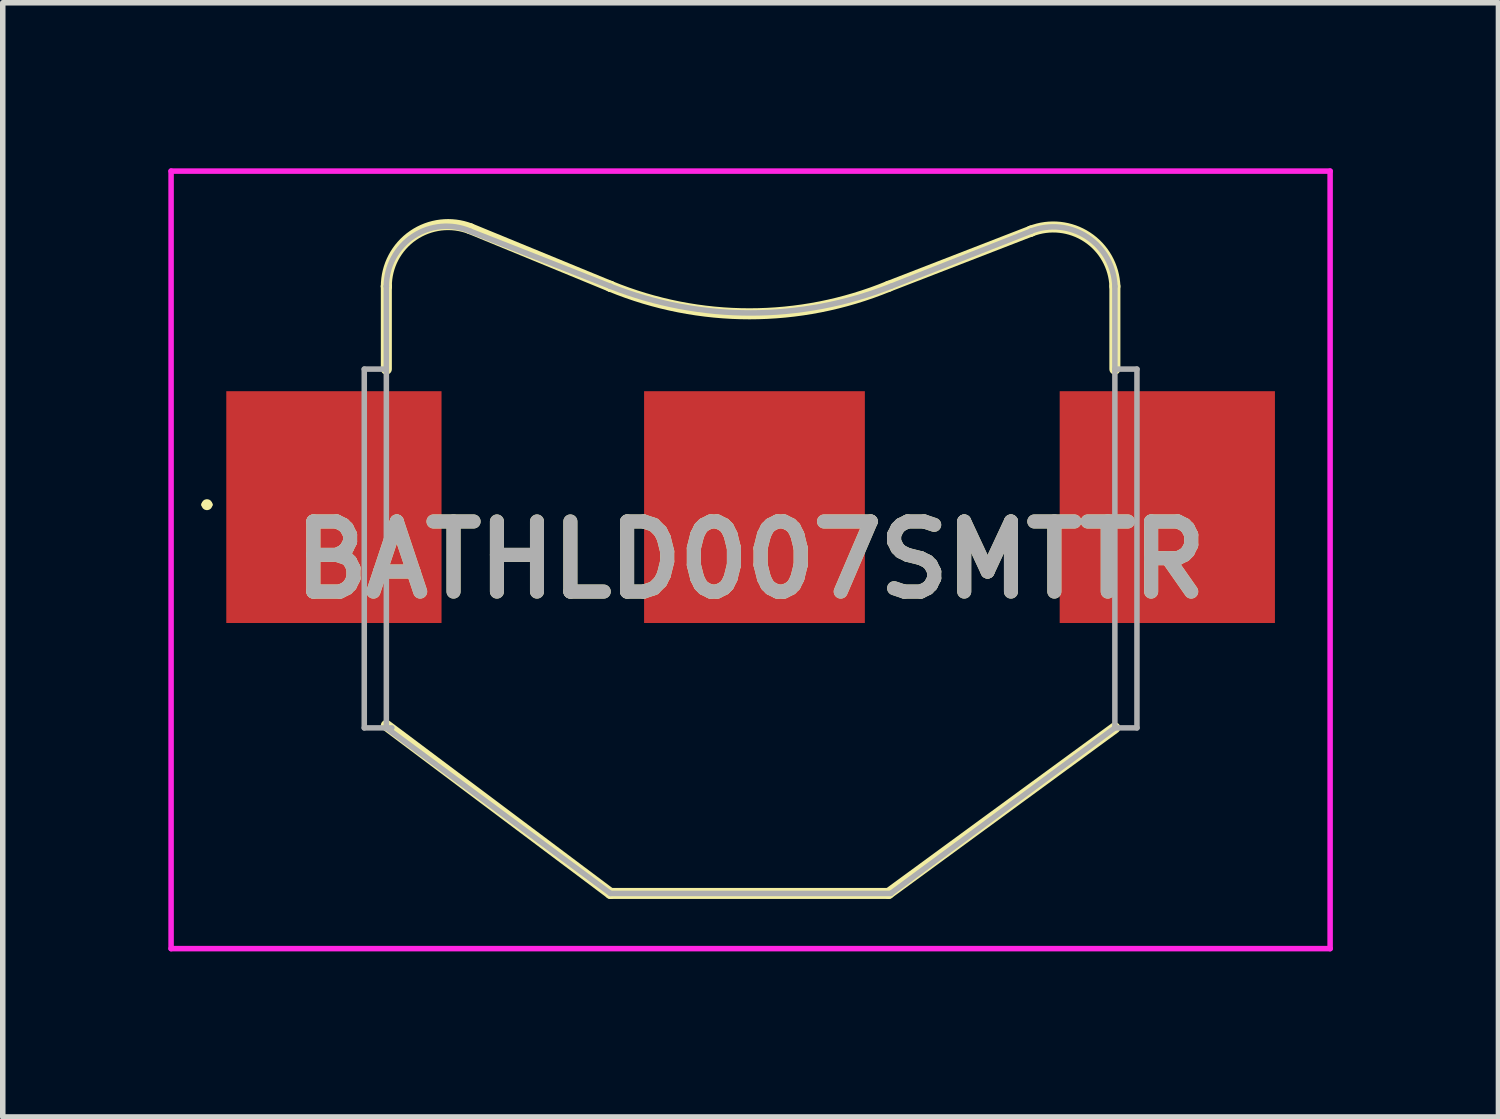
<source format=kicad_pcb>
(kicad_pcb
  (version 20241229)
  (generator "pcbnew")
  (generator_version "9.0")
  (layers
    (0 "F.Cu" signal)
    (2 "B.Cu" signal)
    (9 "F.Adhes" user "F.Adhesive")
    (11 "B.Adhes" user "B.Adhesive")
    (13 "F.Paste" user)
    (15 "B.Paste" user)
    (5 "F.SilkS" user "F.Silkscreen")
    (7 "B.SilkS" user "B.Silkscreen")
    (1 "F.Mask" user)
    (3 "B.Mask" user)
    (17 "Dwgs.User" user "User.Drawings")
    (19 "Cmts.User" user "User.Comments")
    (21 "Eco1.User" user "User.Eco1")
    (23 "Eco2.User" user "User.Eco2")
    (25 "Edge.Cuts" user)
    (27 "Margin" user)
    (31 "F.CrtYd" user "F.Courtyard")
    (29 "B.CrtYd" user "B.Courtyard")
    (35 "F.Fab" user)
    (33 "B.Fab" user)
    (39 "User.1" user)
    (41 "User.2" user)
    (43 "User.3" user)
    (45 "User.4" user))
  (footprint "BATHLD007SMTTR"
    (layer "F.Cu")
    (at 10.55 7.094)
    (property "Reference" "BATHLD007SMTTR" (at 0 0 0) (layer "F.SilkS") (effects (font (size 1.27 1.27) (thickness 0.254))))
    (attr smd)
    (fp_line (start -9.9 -1) (end -9.9 -1) (stroke (width 0.1) (type solid)) (layer "F.SilkS"))
    (fp_line (start -9.8 -1) (end -9.8 -1) (stroke (width 0.1) (type solid)) (layer "F.SilkS"))
    (fp_line (start -6.6 -4.956) (end -6.6 -4.956) (stroke (width 0.2) (type solid)) (layer "F.SilkS"))
    (fp_line (start -6.6 -3.456) (end -6.6 -4.956) (stroke (width 0.2) (type solid)) (layer "F.SilkS"))
    (fp_line (start -6.6 3) (end -2.54 6.044) (stroke (width 0.2) (type solid)) (layer "F.SilkS"))
    (fp_line (start -5.08 -6) (end -2.54 -4.956) (stroke (width 0.2) (type solid)) (layer "F.SilkS"))
    (fp_line (start -2.54 -4.956) (end -2.54 -4.956) (stroke (width 0.2) (type solid)) (layer "F.SilkS"))
    (fp_line (start -2.54 6.044) (end 2.5 6.044) (stroke (width 0.2) (type solid)) (layer "F.SilkS"))
    (fp_line (start 2.5 -4.956) (end 5.08 -5.956) (stroke (width 0.2) (type solid)) (layer "F.SilkS"))
    (fp_line (start 2.5 6.044) (end 6.6 3.044) (stroke (width 0.2) (type solid)) (layer "F.SilkS"))
    (fp_line (start 5.08 -5.956) (end 5.08 -5.956) (stroke (width 0.2) (type solid)) (layer "F.SilkS"))
    (fp_line (start 6.6 -4.956) (end 6.6 -3.456) (stroke (width 0.2) (type solid)) (layer "F.SilkS"))
    (fp_arc (start -9.9 -1) (mid -9.85 -1.05) (end -9.8 -1) (stroke (width 0.1) (type solid)) (layer "F.SilkS"))
    (fp_arc (start -9.8 -1) (mid -9.85 -0.95) (end -9.9 -1) (stroke (width 0.1) (type solid)) (layer "F.SilkS"))
    (fp_arc (start -6.6 -4.956) (mid -6.115025 -5.877785) (end -5.080665 -6.00021) (stroke (width 0.2) (type solid)) (layer "F.SilkS"))
    (fp_arc (start 2.501298 -4.956534) (mid -0.019298 -4.458308) (end -2.54 -4.956) (stroke (width 0.2) (type solid)) (layer "F.SilkS"))
    (fp_arc (start 5.08 -5.956) (mid 6.098112 -5.847669) (end 6.60036 -4.955462) (stroke (width 0.2) (type solid)) (layer "F.SilkS"))
    (fp_line (start -10.5 -7.044) (end 10.5 -7.044) (stroke (width 0.1) (type solid)) (layer "F.CrtYd"))
    (fp_line (start -10.5 7.044) (end -10.5 -7.044) (stroke (width 0.1) (type solid)) (layer "F.CrtYd"))
    (fp_line (start 10.5 -7.044) (end 10.5 7.044) (stroke (width 0.1) (type solid)) (layer "F.CrtYd"))
    (fp_line (start 10.5 7.044) (end -10.5 7.044) (stroke (width 0.1) (type solid)) (layer "F.CrtYd"))
    (fp_line (start -7 -3.456) (end -7 3.044) (stroke (width 0.1) (type solid)) (layer "F.Fab"))
    (fp_line (start -7 3.044) (end -6.5 3.044) (stroke (width 0.1) (type solid)) (layer "F.Fab"))
    (fp_line (start -6.6 -4.956) (end -6.6 -4.956) (stroke (width 0.1) (type solid)) (layer "F.Fab"))
    (fp_line (start -6.6 -3.456) (end -7 -3.456) (stroke (width 0.1) (type solid)) (layer "F.Fab"))
    (fp_line (start -6.6 3.044) (end -6.6 -4.956) (stroke (width 0.1) (type solid)) (layer "F.Fab"))
    (fp_line (start -6.6 3.044) (end -2.54 6.044) (stroke (width 0.1) (type solid)) (layer "F.Fab"))
    (fp_line (start -5.08 -5.956) (end -2.54 -4.956) (stroke (width 0.1) (type solid)) (layer "F.Fab"))
    (fp_line (start -2.54 -4.956) (end -2.54 -4.956) (stroke (width 0.1) (type solid)) (layer "F.Fab"))
    (fp_line (start -2.54 6.044) (end 2.54 6.044) (stroke (width 0.1) (type solid)) (layer "F.Fab"))
    (fp_line (start 2.54 -4.956) (end 5.08 -5.956) (stroke (width 0.1) (type solid)) (layer "F.Fab"))
    (fp_line (start 2.54 6.044) (end 6.6 3.044) (stroke (width 0.1) (type solid)) (layer "F.Fab"))
    (fp_line (start 5.08 -5.956) (end 5.08 -5.956) (stroke (width 0.1) (type solid)) (layer "F.Fab"))
    (fp_line (start 6.6 -4.956) (end 6.6 3.044) (stroke (width 0.1) (type solid)) (layer "F.Fab"))
    (fp_line (start 6.6 -3.456) (end 7 -3.456) (stroke (width 0.1) (type solid)) (layer "F.Fab"))
    (fp_line (start 7 -3.456) (end 7 3.044) (stroke (width 0.1) (type solid)) (layer "F.Fab"))
    (fp_line (start 7 3.044) (end 6.6 3.044) (stroke (width 0.1) (type solid)) (layer "F.Fab"))
    (fp_arc (start -6.6 -4.956) (mid -6.10968 -5.865672) (end -5.080251 -5.956188) (stroke (width 0.1) (type solid)) (layer "F.Fab"))
    (fp_arc (start 2.542274 -4.956896) (mid 0.001222 -4.473998) (end -2.54 -4.956) (stroke (width 0.1) (type solid)) (layer "F.Fab"))
    (fp_arc (start 5.08 -5.956) (mid 6.099781 -5.850257) (end 6.600428 -4.955558) (stroke (width 0.1) (type solid)) (layer "F.Fab"))
    (fp_text user "${REFERENCE}" (at 0 0 0) (layer "F.Fab") (effects (font (size 1.27 1.27) (thickness 0.254))))
    (pad "1" smd rect (at -7.55 -0.956) (size 3.9 4.2) (layers "F.Cu" "F.Mask" "F.Paste"))
    (pad "2" smd rect (at 7.55 -0.956) (size 3.9 4.2) (layers "F.Cu" "F.Mask" "F.Paste"))
    (pad "3" smd rect (at 0.07 -0.956) (size 4 4.2) (layers "F.Cu" "F.Mask" "F.Paste")))
  (gr_rect
    (start -3 -3)
    (end 24.1 17.188)
    (stroke (width 0.1) (type default))
    (fill no)
    (layer "Edge.Cuts")))
</source>
